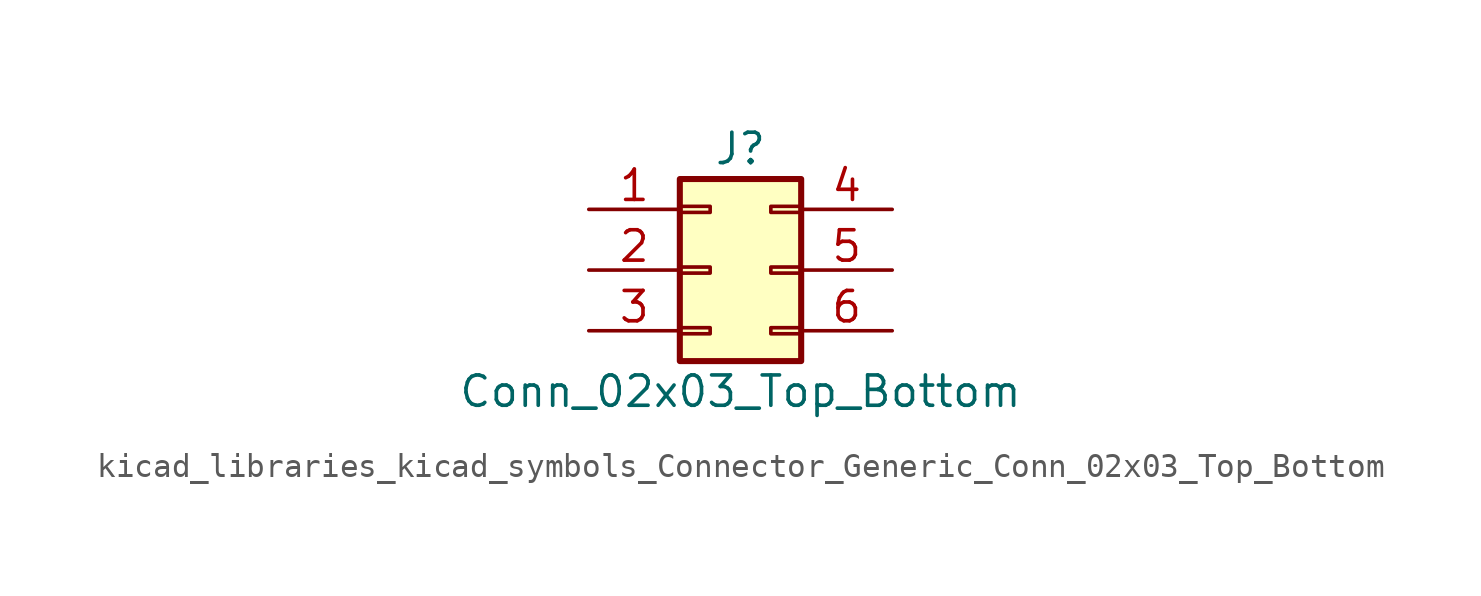
<source format=kicad_sym>
(kicad_symbol_lib
  (version 20220914)
  (generator kicad_symbol_editor)
  (symbol "kicad_libraries_kicad_symbols_Connector_Generic_Conn_02x03_Top_Bottom"
    (pin_names
      (offset 1.016) hide)
    (property "Reference" "J"
      (at 1.27 5.08 0)
      (effects (font (size 1.27 1.27))))
    (property "Value" "Conn_02x03_Top_Bottom"
      (at 1.27 -5.08 0)
      (effects (font (size 1.27 1.27))))
    (symbol "kicad_libraries_kicad_symbols_Connector_Generic_Conn_02x03_Top_Bottom_1_1"
      (rectangle (start -1.27 -2.413) (end 0 -2.667) (stroke (width 0.152) (type default)) (fill (type none)))
      (rectangle (start -1.27 0.127) (end 0 -0.127) (stroke (width 0.152) (type default)) (fill (type none)))
      (rectangle (start -1.27 2.667) (end 0 2.413) (stroke (width 0.152) (type default)) (fill (type none)))
      (rectangle (start -1.27 3.81) (end 3.81 -3.81) (stroke (width 0.254) (type default)) (fill (type background)))
      (rectangle (start 3.81 -2.413) (end 2.54 -2.667) (stroke (width 0.152) (type default)) (fill (type none)))
      (rectangle (start 3.81 0.127) (end 2.54 -0.127) (stroke (width 0.152) (type default)) (fill (type none)))
      (rectangle (start 3.81 2.667) (end 2.54 2.413) (stroke (width 0.152) (type default)) (fill (type none)))
      (pin passive line (at -5.08 2.54 0) (length 3.81) (name "Pin_1" (effects (font (size 1.27 1.27)))) (number "1" (effects (font (size 1.27 1.27)))))
      (pin passive line (at -5.08 0 0) (length 3.81) (name "Pin_2" (effects (font (size 1.27 1.27)))) (number "2" (effects (font (size 1.27 1.27)))))
      (pin passive line (at -5.08 -2.54 0) (length 3.81) (name "Pin_3" (effects (font (size 1.27 1.27)))) (number "3" (effects (font (size 1.27 1.27)))))
      (pin passive line (at 7.62 2.54 180) (length 3.81) (name "Pin_4" (effects (font (size 1.27 1.27)))) (number "4" (effects (font (size 1.27 1.27)))))
      (pin passive line (at 7.62 0 180) (length 3.81) (name "Pin_5" (effects (font (size 1.27 1.27)))) (number "5" (effects (font (size 1.27 1.27)))))
      (pin passive line (at 7.62 -2.54 180) (length 3.81) (name "Pin_6" (effects (font (size 1.27 1.27)))) (number "6" (effects (font (size 1.27 1.27))))))))
</source>
